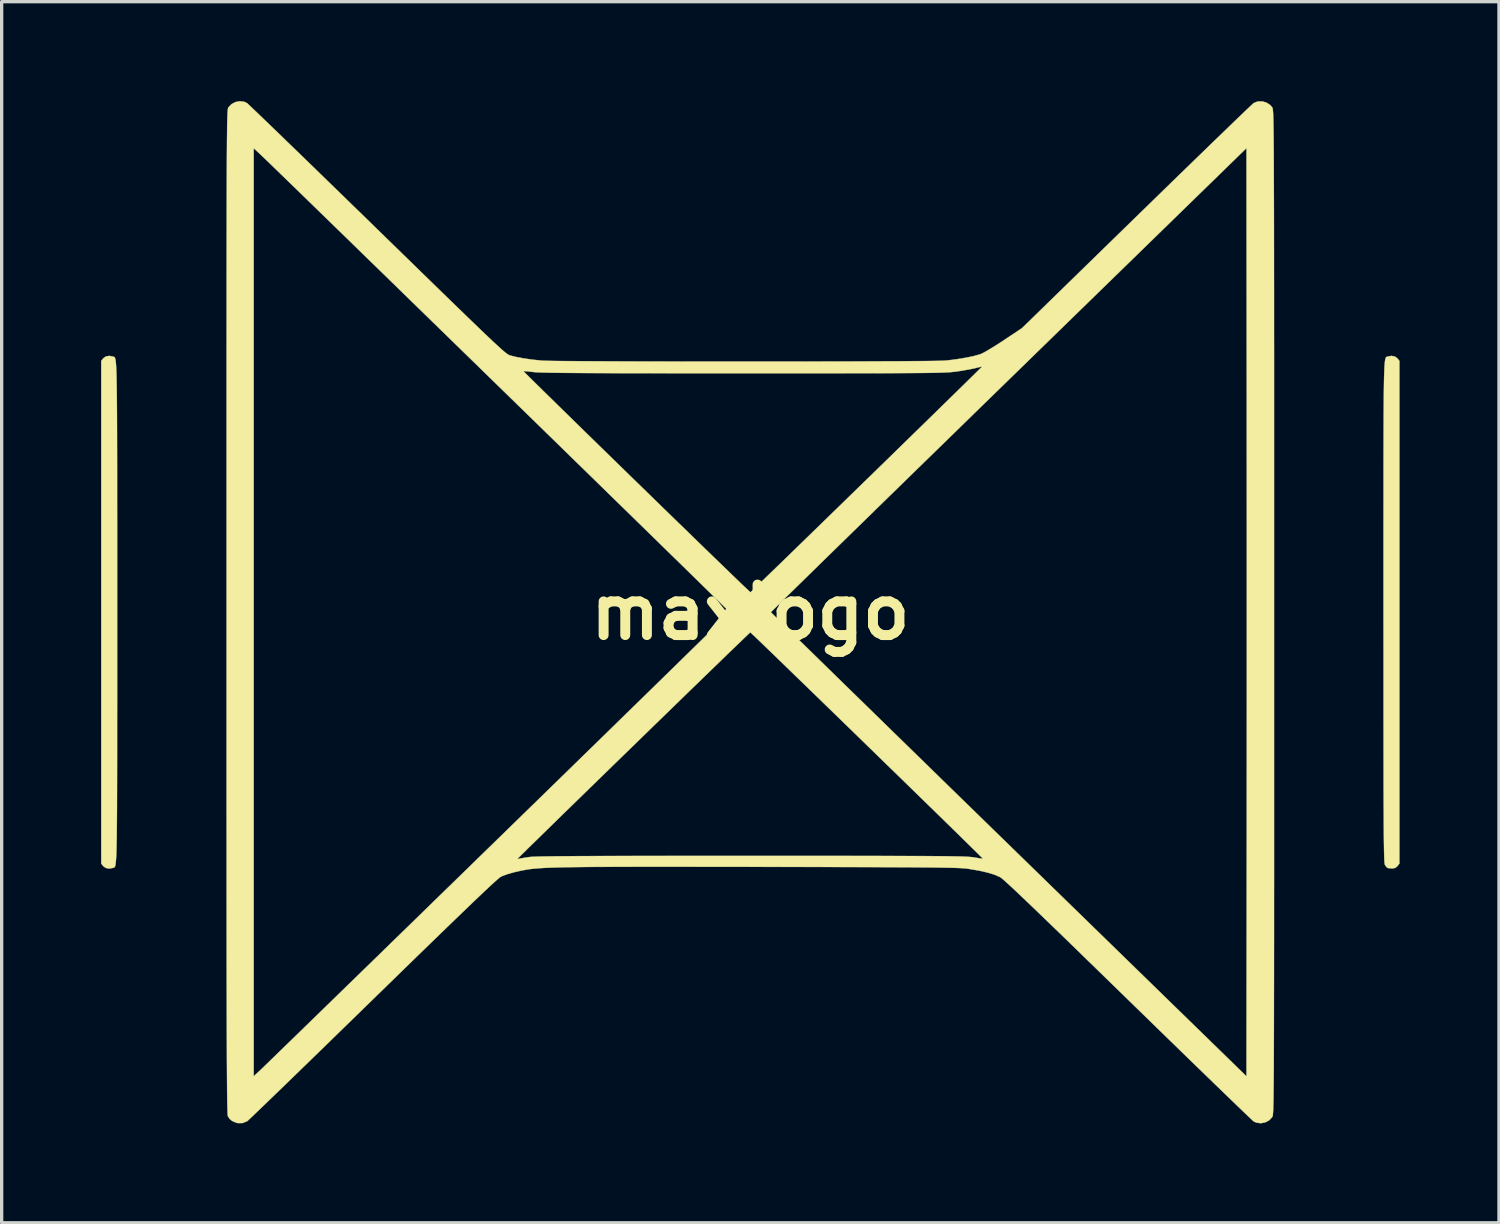
<source format=kicad_pcb>
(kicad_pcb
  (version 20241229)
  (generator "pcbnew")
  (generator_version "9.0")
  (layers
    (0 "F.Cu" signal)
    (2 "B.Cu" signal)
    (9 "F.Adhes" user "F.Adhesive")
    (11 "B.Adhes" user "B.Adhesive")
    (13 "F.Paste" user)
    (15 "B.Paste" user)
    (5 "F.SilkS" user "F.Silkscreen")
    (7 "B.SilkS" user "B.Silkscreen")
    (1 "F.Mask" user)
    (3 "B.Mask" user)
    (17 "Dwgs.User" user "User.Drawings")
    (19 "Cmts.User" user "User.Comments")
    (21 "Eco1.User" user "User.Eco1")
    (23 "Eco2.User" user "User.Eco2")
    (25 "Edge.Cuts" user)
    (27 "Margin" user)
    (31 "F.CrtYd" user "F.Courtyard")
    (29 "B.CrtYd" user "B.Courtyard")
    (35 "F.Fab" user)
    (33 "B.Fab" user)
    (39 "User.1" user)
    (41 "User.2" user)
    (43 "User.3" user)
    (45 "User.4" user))
  (footprint "maxlogo"
    (layer "F.Cu")
    (at 19.591 15.424)
    (property "Reference" "maxlogo" (at 0 0 0) (layer "F.SilkS") (effects (font (size 1.524 1.524) (thickness 0.3))))
    (attr through_hole)
    (fp_poly (pts (xy -19.235 -7.715) (xy -19.222 -7.711) (xy -19.21 -7.708) (xy -19.198 -7.704) (xy -19.188 -7.697) (xy -19.178 -7.686) (xy -19.17 -7.667) (xy -19.162 -7.639) (xy -19.154 -7.601) (xy -19.147 -7.549) (xy -19.141 -7.483) (xy -19.136 -7.4) (xy -19.131 -7.298) (xy -19.127 -7.175) (xy -19.123 -7.03) (xy -19.12 -6.86) (xy -19.117 -6.663) (xy -19.115 -6.437) (xy -19.113 -6.181) (xy -19.111 -5.892) (xy -19.11 -5.568) (xy -19.109 -5.207) (xy -19.108 -4.808) (xy -19.107 -4.369) (xy -19.107 -3.887) (xy -19.107 -3.36) (xy -19.106 -2.786) (xy -19.106 -2.164) (xy -19.106 -1.492) (xy -19.106 -0.767) (xy -19.106 0) (xy -19.106 0.779) (xy -19.106 1.503) (xy -19.106 2.174) (xy -19.106 2.796) (xy -19.107 3.368) (xy -19.107 3.894) (xy -19.107 4.376) (xy -19.108 4.815) (xy -19.109 5.213) (xy -19.11 5.573) (xy -19.111 5.896) (xy -19.113 6.185) (xy -19.115 6.441) (xy -19.117 6.666) (xy -19.12 6.862) (xy -19.123 7.032) (xy -19.127 7.177) (xy -19.131 7.3) (xy -19.136 7.401) (xy -19.142 7.484) (xy -19.148 7.55) (xy -19.154 7.601) (xy -19.162 7.64) (xy -19.17 7.667) (xy -19.178 7.686) (xy -19.188 7.698) (xy -19.198 7.704) (xy -19.21 7.708) (xy -19.222 7.711) (xy -19.235 7.715) (xy -19.347 7.736) (xy -19.452 7.715) (xy -19.528 7.659) (xy -19.586 7.584) (xy -19.586 -7.584) (xy -19.528 -7.659) (xy -19.449 -7.716) (xy -19.344 -7.736) (xy -19.235 -7.715)) (stroke (width 0.01) (type solid)) (fill yes) (layer "F.SilkS"))
    (fp_poly (pts (xy 19.452 -7.715) (xy 19.528 -7.659) (xy 19.586 -7.584) (xy 19.586 7.584) (xy 19.528 7.659) (xy 19.467 7.713) (xy 19.389 7.731) (xy 19.365 7.731) (xy 19.287 7.725) (xy 19.23 7.716) (xy 19.226 7.714) (xy 19.188 7.68) (xy 19.149 7.62) (xy 19.148 7.619) (xy 19.144 7.605) (xy 19.14 7.581) (xy 19.136 7.545) (xy 19.133 7.493) (xy 19.13 7.425) (xy 19.127 7.339) (xy 19.124 7.232) (xy 19.122 7.102) (xy 19.119 6.949) (xy 19.117 6.768) (xy 19.116 6.56) (xy 19.114 6.322) (xy 19.113 6.051) (xy 19.111 5.746) (xy 19.11 5.406) (xy 19.109 5.027) (xy 19.109 4.609) (xy 19.108 4.148) (xy 19.108 3.644) (xy 19.107 3.094) (xy 19.107 2.496) (xy 19.107 1.849) (xy 19.107 1.15) (xy 19.106 0.398) (xy 19.106 0) (xy 19.106 -0.779) (xy 19.106 -1.503) (xy 19.106 -2.174) (xy 19.106 -2.796) (xy 19.107 -3.368) (xy 19.107 -3.894) (xy 19.107 -4.376) (xy 19.108 -4.815) (xy 19.109 -5.213) (xy 19.11 -5.573) (xy 19.111 -5.896) (xy 19.113 -6.185) (xy 19.115 -6.441) (xy 19.117 -6.666) (xy 19.12 -6.862) (xy 19.123 -7.032) (xy 19.127 -7.177) (xy 19.131 -7.3) (xy 19.136 -7.401) (xy 19.142 -7.484) (xy 19.148 -7.55) (xy 19.154 -7.601) (xy 19.162 -7.64) (xy 19.17 -7.667) (xy 19.178 -7.686) (xy 19.188 -7.698) (xy 19.198 -7.704) (xy 19.21 -7.708) (xy 19.222 -7.711) (xy 19.235 -7.715) (xy 19.347 -7.736) (xy 19.452 -7.715)) (stroke (width 0.01) (type solid)) (fill yes) (layer "F.SilkS"))
    (fp_poly (pts (xy -15.273 -15.403) (xy -15.191 -15.365) (xy -15.162 -15.34) (xy -15.096 -15.277) (xy -14.992 -15.179) (xy -14.855 -15.048) (xy -14.685 -14.884) (xy -14.485 -14.691) (xy -14.256 -14.471) (xy -14.002 -14.224) (xy -13.723 -13.954) (xy -13.421 -13.662) (xy -13.1 -13.35) (xy -12.76 -13.019) (xy -12.404 -12.673) (xy -12.034 -12.313) (xy -11.651 -11.941) (xy -11.259 -11.558) (xy -11.252 -11.551) (xy -10.788 -11.099) (xy -10.362 -10.684) (xy -9.974 -10.305) (xy -9.62 -9.961) (xy -9.3 -9.649) (xy -9.011 -9.368) (xy -8.752 -9.117) (xy -8.522 -8.894) (xy -8.317 -8.697) (xy -8.138 -8.524) (xy -7.981 -8.374) (xy -7.845 -8.246) (xy -7.729 -8.136) (xy -7.63 -8.045) (xy -7.547 -7.969) (xy -7.478 -7.908) (xy -7.422 -7.86) (xy -7.376 -7.823) (xy -7.339 -7.796) (xy -7.309 -7.776) (xy -7.285 -7.762) (xy -7.264 -7.753) (xy -7.248 -7.748) (xy -7.064 -7.702) (xy -6.837 -7.659) (xy -6.579 -7.622) (xy -6.302 -7.593) (xy -6.294 -7.592) (xy -6.227 -7.589) (xy -6.108 -7.586) (xy -5.938 -7.583) (xy -5.723 -7.58) (xy -5.464 -7.578) (xy -5.165 -7.576) (xy -4.83 -7.574) (xy -4.461 -7.572) (xy -4.063 -7.57) (xy -3.638 -7.568) (xy -3.19 -7.567) (xy -2.722 -7.566) (xy -2.238 -7.565) (xy -1.74 -7.564) (xy -1.233 -7.564) (xy -0.718 -7.564) (xy -0.201 -7.564) (xy 0.316 -7.564) (xy 0.83 -7.564) (xy 1.337 -7.564) (xy 1.835 -7.565) (xy 2.319 -7.566) (xy 2.786 -7.567) (xy 3.233 -7.568) (xy 3.657 -7.57) (xy 4.054 -7.572) (xy 4.421 -7.573) (xy 4.755 -7.576) (xy 5.052 -7.578) (xy 5.309 -7.58) (xy 5.523 -7.583) (xy 5.69 -7.586) (xy 5.808 -7.589) (xy 5.87 -7.592) (xy 6.096 -7.616) (xy 6.325 -7.649) (xy 6.545 -7.688) (xy 6.742 -7.73) (xy 6.903 -7.774) (xy 6.961 -7.793) (xy 7.029 -7.826) (xy 7.135 -7.885) (xy 7.269 -7.965) (xy 7.423 -8.06) (xy 7.586 -8.165) (xy 7.657 -8.212) (xy 8.199 -8.573) (xy 11.653 -11.942) (xy 12.025 -12.304) (xy 12.386 -12.656) (xy 12.735 -12.996) (xy 13.07 -13.321) (xy 13.388 -13.63) (xy 13.688 -13.921) (xy 13.966 -14.191) (xy 14.222 -14.438) (xy 14.453 -14.661) (xy 14.656 -14.857) (xy 14.83 -15.024) (xy 14.972 -15.16) (xy 15.081 -15.263) (xy 15.154 -15.332) (xy 15.189 -15.363) (xy 15.191 -15.365) (xy 15.312 -15.412) (xy 15.446 -15.415) (xy 15.578 -15.377) (xy 15.69 -15.303) (xy 15.749 -15.232) (xy 15.753 -15.224) (xy 15.757 -15.216) (xy 15.761 -15.203) (xy 15.764 -15.187) (xy 15.767 -15.164) (xy 15.77 -15.134) (xy 15.773 -15.095) (xy 15.776 -15.046) (xy 15.779 -14.986) (xy 15.781 -14.912) (xy 15.783 -14.824) (xy 15.785 -14.719) (xy 15.787 -14.598) (xy 15.789 -14.458) (xy 15.791 -14.298) (xy 15.792 -14.116) (xy 15.794 -13.911) (xy 15.795 -13.682) (xy 15.796 -13.427) (xy 15.797 -13.144) (xy 15.798 -12.833) (xy 15.799 -12.493) (xy 15.8 -12.12) (xy 15.801 -11.715) (xy 15.801 -11.275) (xy 15.802 -10.8) (xy 15.802 -10.288) (xy 15.803 -9.737) (xy 15.803 -9.146) (xy 15.803 -8.514) (xy 15.804 -7.839) (xy 15.804 -7.12) (xy 15.804 -6.355) (xy 15.804 -5.543) (xy 15.804 -4.683) (xy 15.804 -3.773) (xy 15.804 -2.811) (xy 15.804 -1.797) (xy 15.804 -0.729) (xy 15.804 0) (xy 15.804 1.104) (xy 15.804 2.154) (xy 15.804 3.149) (xy 15.804 4.093) (xy 15.804 4.986) (xy 15.804 5.829) (xy 15.804 6.624) (xy 15.804 7.373) (xy 15.804 8.077) (xy 15.803 8.737) (xy 15.803 9.355) (xy 15.803 9.932) (xy 15.802 10.469) (xy 15.802 10.969) (xy 15.801 11.431) (xy 15.8 11.859) (xy 15.8 12.253) (xy 15.799 12.614) (xy 15.798 12.944) (xy 15.797 13.245) (xy 15.796 13.518) (xy 15.795 13.764) (xy 15.793 13.984) (xy 15.792 14.181) (xy 15.79 14.355) (xy 15.788 14.508) (xy 15.787 14.642) (xy 15.785 14.757) (xy 15.782 14.856) (xy 15.78 14.939) (xy 15.778 15.008) (xy 15.775 15.065) (xy 15.772 15.11) (xy 15.769 15.146) (xy 15.766 15.173) (xy 15.763 15.193) (xy 15.759 15.208) (xy 15.756 15.219) (xy 15.752 15.227) (xy 15.749 15.232) (xy 15.66 15.329) (xy 15.54 15.393) (xy 15.406 15.419) (xy 15.274 15.403) (xy 15.191 15.365) (xy 15.162 15.34) (xy 15.095 15.277) (xy 14.992 15.179) (xy 14.855 15.048) (xy 14.685 14.885) (xy 14.486 14.692) (xy 14.258 14.472) (xy 14.004 14.227) (xy 13.727 13.958) (xy 13.427 13.667) (xy 13.108 13.357) (xy 12.771 13.029) (xy 12.418 12.686) (xy 12.052 12.329) (xy 11.674 11.961) (xy 11.404 11.698) (xy 10.916 11.222) (xy 10.466 10.784) (xy 10.054 10.383) (xy 9.679 10.018) (xy 9.339 9.688) (xy 9.032 9.392) (xy 8.758 9.127) (xy 8.515 8.894) (xy 8.303 8.691) (xy 8.119 8.516) (xy 7.963 8.368) (xy 7.832 8.247) (xy 7.727 8.151) (xy 7.646 8.078) (xy 7.586 8.028) (xy 7.548 7.999) (xy 7.541 7.995) (xy 7.378 7.922) (xy 7.16 7.855) (xy 6.887 7.794) (xy 6.564 7.74) (xy 6.523 7.735) (xy 6.474 7.73) (xy 6.415 7.725) (xy 6.345 7.721) (xy 6.259 7.717) (xy 6.157 7.714) (xy 6.035 7.71) (xy 5.892 7.708) (xy 5.724 7.705) (xy 5.531 7.702) (xy 5.308 7.7) (xy 5.055 7.698) (xy 4.768 7.696) (xy 4.446 7.695) (xy 4.086 7.693) (xy 3.685 7.691) (xy 3.241 7.69) (xy 2.753 7.689) (xy 2.217 7.687) (xy 1.631 7.686) (xy 0.994 7.685) (xy 0.395 7.684) (xy -0.333 7.682) (xy -1.008 7.681) (xy -1.631 7.681) (xy -2.204 7.68) (xy -2.729 7.68) (xy -3.21 7.68) (xy -3.649 7.681) (xy -4.046 7.682) (xy -4.406 7.684) (xy -4.73 7.685) (xy -5.021 7.688) (xy -5.281 7.691) (xy -5.511 7.694) (xy -5.715 7.698) (xy -5.895 7.703) (xy -6.053 7.708) (xy -6.191 7.714) (xy -6.312 7.721) (xy -6.418 7.728) (xy -6.511 7.736) (xy -6.594 7.745) (xy -6.668 7.754) (xy -6.717 7.761) (xy -6.931 7.8) (xy -7.137 7.848) (xy -7.322 7.901) (xy -7.471 7.955) (xy -7.528 7.982) (xy -7.557 8.001) (xy -7.606 8.041) (xy -7.676 8.102) (xy -7.769 8.186) (xy -7.885 8.293) (xy -8.026 8.425) (xy -8.193 8.584) (xy -8.388 8.77) (xy -8.612 8.985) (xy -8.866 9.23) (xy -9.152 9.506) (xy -9.47 9.814) (xy -9.823 10.157) (xy -10.211 10.534) (xy -10.636 10.948) (xy -11.099 11.4) (xy -11.391 11.684) (xy -11.776 12.06) (xy -12.151 12.425) (xy -12.514 12.779) (xy -12.862 13.118) (xy -13.195 13.441) (xy -13.508 13.746) (xy -13.801 14.03) (xy -14.072 14.293) (xy -14.318 14.531) (xy -14.538 14.743) (xy -14.729 14.927) (xy -14.889 15.081) (xy -15.016 15.203) (xy -15.109 15.291) (xy -15.165 15.343) (xy -15.181 15.357) (xy -15.319 15.414) (xy -15.463 15.416) (xy -15.53 15.398) (xy -15.64 15.348) (xy -15.713 15.287) (xy -15.764 15.208) (xy -15.767 15.197) (xy -15.77 15.174) (xy -15.773 15.139) (xy -15.775 15.089) (xy -15.777 15.023) (xy -15.78 14.941) (xy -15.782 14.84) (xy -15.784 14.72) (xy -15.786 14.579) (xy -15.788 14.415) (xy -15.789 14.228) (xy -15.791 14.015) (xy -15.791 14.003) (xy -14.986 14.003) (xy -14.778 13.81) (xy -14.742 13.776) (xy -14.668 13.704) (xy -14.556 13.595) (xy -14.407 13.451) (xy -14.225 13.274) (xy -14.01 13.065) (xy -13.763 12.825) (xy -13.487 12.557) (xy -13.182 12.26) (xy -12.851 11.938) (xy -12.494 11.59) (xy -12.114 11.22) (xy -11.711 10.828) (xy -11.287 10.416) (xy -10.845 9.984) (xy -10.384 9.536) (xy -9.908 9.072) (xy -9.417 8.593) (xy -8.912 8.102) (xy -8.396 7.599) (xy -8.237 7.443) (xy -7.027 7.443) (xy -7.005 7.446) (xy -6.978 7.44) (xy -6.929 7.429) (xy -6.84 7.414) (xy -6.726 7.396) (xy -6.675 7.388) (xy -6.635 7.384) (xy -6.576 7.38) (xy -6.495 7.377) (xy -6.39 7.373) (xy -6.261 7.37) (xy -6.103 7.368) (xy -5.916 7.365) (xy -5.698 7.363) (xy -5.447 7.361) (xy -5.16 7.359) (xy -4.836 7.358) (xy -4.474 7.356) (xy -4.07 7.355) (xy -3.623 7.354) (xy -3.131 7.353) (xy -2.592 7.353) (xy -2.005 7.352) (xy -1.367 7.352) (xy -0.676 7.352) (xy 0.028 7.352) (xy 0.745 7.352) (xy 1.408 7.352) (xy 2.018 7.352) (xy 2.579 7.352) (xy 3.092 7.353) (xy 3.56 7.353) (xy 3.985 7.354) (xy 4.368 7.355) (xy 4.714 7.356) (xy 5.022 7.357) (xy 5.297 7.358) (xy 5.539 7.36) (xy 5.752 7.361) (xy 5.937 7.363) (xy 6.096 7.366) (xy 6.233 7.368) (xy 6.349 7.371) (xy 6.445 7.374) (xy 6.526 7.378) (xy 6.592 7.382) (xy 6.646 7.386) (xy 6.69 7.39) (xy 6.727 7.395) (xy 6.745 7.398) (xy 6.86 7.417) (xy 6.952 7.431) (xy 7.009 7.438) (xy 7.02 7.438) (xy 7.001 7.418) (xy 6.945 7.361) (xy 6.852 7.269) (xy 6.727 7.146) (xy 6.571 6.993) (xy 6.388 6.813) (xy 6.179 6.608) (xy 5.946 6.381) (xy 5.694 6.134) (xy 5.423 5.87) (xy 5.137 5.591) (xy 4.838 5.3) (xy 4.529 4.998) (xy 4.211 4.689) (xy 3.889 4.375) (xy 3.563 4.058) (xy 3.237 3.74) (xy 2.913 3.425) (xy 2.594 3.115) (xy 2.281 2.811) (xy 1.979 2.517) (xy 1.688 2.235) (xy 1.412 1.968) (xy 1.154 1.717) (xy 0.915 1.485) (xy 0.698 1.275) (xy 0.505 1.09) (xy 0.34 0.93) (xy 0.205 0.8) (xy 0.102 0.701) (xy 0.033 0.637) (xy 0.002 0.608) (xy 0 0.607) (xy -0.022 0.626) (xy -0.081 0.682) (xy -0.176 0.773) (xy -0.304 0.896) (xy -0.463 1.049) (xy -0.649 1.228) (xy -0.86 1.433) (xy -1.094 1.66) (xy -1.349 1.906) (xy -1.621 2.17) (xy -1.909 2.449) (xy -2.209 2.741) (xy -2.519 3.043) (xy -2.838 3.352) (xy -3.161 3.667) (xy -3.487 3.984) (xy -3.814 4.302) (xy -4.138 4.617) (xy -4.457 4.928) (xy -4.769 5.232) (xy -5.071 5.526) (xy -5.361 5.809) (xy -5.636 6.077) (xy -5.894 6.329) (xy -6.131 6.561) (xy -6.346 6.771) (xy -6.537 6.958) (xy -6.7 7.117) (xy -6.832 7.248) (xy -6.933 7.348) (xy -6.998 7.413) (xy -7.026 7.442) (xy -7.027 7.443) (xy -8.237 7.443) (xy -7.87 7.086) (xy -7.596 6.819) (xy -7.067 6.303) (xy -6.549 5.798) (xy -6.043 5.305) (xy -5.55 4.824) (xy -5.072 4.357) (xy -4.61 3.907) (xy -4.166 3.473) (xy -3.742 3.058) (xy -3.337 2.664) (xy -2.955 2.29) (xy -2.597 1.94) (xy -2.263 1.614) (xy -1.956 1.313) (xy -1.677 1.04) (xy -1.427 0.795) (xy -1.208 0.581) (xy -1.022 0.398) (xy -0.869 0.247) (xy -0.751 0.131) (xy -0.671 0.051) (xy -0.628 0.008) (xy -0.621 0.000033) (xy -0.621 -0.000065) (xy 0.621 -0.000065) (xy 0.641 0.021) (xy 0.7 0.08) (xy 0.796 0.175) (xy 0.929 0.306) (xy 1.096 0.471) (xy 1.297 0.667) (xy 1.529 0.895) (xy 1.792 1.152) (xy 2.084 1.438) (xy 2.403 1.75) (xy 2.749 2.088) (xy 3.119 2.449) (xy 3.512 2.833) (xy 3.927 3.238) (xy 4.362 3.663) (xy 4.816 4.106) (xy 5.288 4.566) (xy 5.775 5.042) (xy 6.277 5.532) (xy 6.793 6.034) (xy 7.319 6.548) (xy 7.796 7.012) (xy 14.972 14.005) (xy 14.979 7.002) (xy 14.98 6.26) (xy 14.98 5.467) (xy 14.981 4.632) (xy 14.981 3.762) (xy 14.982 2.863) (xy 14.982 1.943) (xy 14.982 1.009) (xy 14.982 0.066) (xy 14.982 -0.876) (xy 14.982 -1.812) (xy 14.982 -2.735) (xy 14.981 -3.637) (xy 14.981 -4.512) (xy 14.98 -5.352) (xy 14.98 -6.151) (xy 14.979 -6.901) (xy 14.979 -7.002) (xy 14.972 -14.005) (xy 7.796 -7.012) (xy 7.26 -6.49) (xy 6.734 -5.977) (xy 6.221 -5.476) (xy 5.72 -4.988) (xy 5.234 -4.514) (xy 4.764 -4.056) (xy 4.312 -3.615) (xy 3.879 -3.192) (xy 3.467 -2.789) (xy 3.076 -2.408) (xy 2.709 -2.049) (xy 2.366 -1.714) (xy 2.05 -1.405) (xy 1.761 -1.122) (xy 1.502 -0.868) (xy 1.273 -0.644) (xy 1.076 -0.451) (xy 0.913 -0.29) (xy 0.784 -0.163) (xy 0.691 -0.072) (xy 0.637 -0.017) (xy 0.621 -0.000065) (xy -0.621 -0.000065) (xy -0.641 -0.021) (xy -0.699 -0.079) (xy -0.795 -0.173) (xy -0.926 -0.302) (xy -1.09 -0.463) (xy -1.285 -0.655) (xy -1.511 -0.876) (xy -1.764 -1.124) (xy -2.044 -1.398) (xy -2.349 -1.695) (xy -2.676 -2.015) (xy -3.024 -2.356) (xy -3.392 -2.715) (xy -3.777 -3.091) (xy -4.178 -3.482) (xy -4.592 -3.887) (xy -5.019 -4.304) (xy -5.457 -4.731) (xy -5.903 -5.167) (xy -6.356 -5.609) (xy -6.814 -6.056) (xy -7.276 -6.506) (xy -7.739 -6.958) (xy -8.064 -7.275) (xy -6.845 -7.275) (xy -6.827 -7.254) (xy -6.771 -7.197) (xy -6.679 -7.105) (xy -6.554 -6.981) (xy -6.399 -6.828) (xy -6.216 -6.648) (xy -6.007 -6.444) (xy -5.776 -6.217) (xy -5.525 -5.971) (xy -5.256 -5.708) (xy -4.972 -5.43) (xy -4.675 -5.14) (xy -4.369 -4.841) (xy -4.054 -4.534) (xy -3.735 -4.223) (xy -3.413 -3.909) (xy -3.091 -3.596) (xy -2.772 -3.285) (xy -2.458 -2.979) (xy -2.151 -2.681) (xy -1.855 -2.394) (xy -1.572 -2.118) (xy -1.304 -1.858) (xy -1.053 -1.615) (xy -0.823 -1.393) (xy -0.616 -1.193) (xy -0.434 -1.017) (xy -0.281 -0.869) (xy -0.157 -0.751) (xy -0.067 -0.666) (xy -0.012 -0.615) (xy 0.004 -0.601) (xy 0.026 -0.621) (xy 0.086 -0.678) (xy 0.183 -0.771) (xy 0.313 -0.897) (xy 0.476 -1.055) (xy 0.669 -1.242) (xy 0.89 -1.456) (xy 1.136 -1.695) (xy 1.407 -1.958) (xy 1.699 -2.242) (xy 2.011 -2.545) (xy 2.34 -2.866) (xy 2.686 -3.202) (xy 3.044 -3.551) (xy 3.414 -3.911) (xy 3.511 -4.005) (xy 3.883 -4.368) (xy 4.244 -4.72) (xy 4.592 -5.06) (xy 4.924 -5.384) (xy 5.24 -5.692) (xy 5.536 -5.981) (xy 5.81 -6.25) (xy 6.062 -6.495) (xy 6.287 -6.716) (xy 6.485 -6.91) (xy 6.654 -7.076) (xy 6.791 -7.21) (xy 6.894 -7.312) (xy 6.961 -7.379) (xy 6.991 -7.409) (xy 6.992 -7.41) (xy 6.963 -7.407) (xy 6.894 -7.392) (xy 6.799 -7.369) (xy 6.783 -7.365) (xy 6.675 -7.341) (xy 6.53 -7.314) (xy 6.367 -7.286) (xy 6.205 -7.262) (xy 6.205 -7.262) (xy 6.16 -7.256) (xy 6.112 -7.251) (xy 6.059 -7.246) (xy 5.999 -7.241) (xy 5.929 -7.237) (xy 5.847 -7.234) (xy 5.751 -7.23) (xy 5.637 -7.227) (xy 5.505 -7.224) (xy 5.351 -7.222) (xy 5.174 -7.22) (xy 4.97 -7.218) (xy 4.737 -7.217) (xy 4.474 -7.215) (xy 4.177 -7.214) (xy 3.844 -7.213) (xy 3.474 -7.212) (xy 3.063 -7.212) (xy 2.609 -7.211) (xy 2.11 -7.211) (xy 1.563 -7.211) (xy 0.966 -7.211) (xy 0.318 -7.211) (xy -0.212 -7.211) (xy -0.928 -7.211) (xy -1.591 -7.211) (xy -2.2 -7.211) (xy -2.76 -7.212) (xy -3.272 -7.213) (xy -3.737 -7.213) (xy -4.158 -7.214) (xy -4.537 -7.216) (xy -4.877 -7.217) (xy -5.178 -7.219) (xy -5.444 -7.221) (xy -5.675 -7.223) (xy -5.875 -7.225) (xy -6.046 -7.228) (xy -6.188 -7.231) (xy -6.306 -7.234) (xy -6.399 -7.238) (xy -6.472 -7.242) (xy -6.524 -7.246) (xy -6.543 -7.248) (xy -6.665 -7.262) (xy -6.764 -7.272) (xy -6.828 -7.276) (xy -6.845 -7.275) (xy -8.064 -7.275) (xy -8.202 -7.41) (xy -8.663 -7.859) (xy -9.121 -8.306) (xy -9.573 -8.746) (xy -10.018 -9.18) (xy -10.454 -9.605) (xy -10.879 -10.02) (xy -11.292 -10.422) (xy -11.691 -10.81) (xy -12.073 -11.183) (xy -12.438 -11.538) (xy -12.783 -11.874) (xy -13.107 -12.189) (xy -13.408 -12.482) (xy -13.684 -12.751) (xy -13.934 -12.993) (xy -14.155 -13.208) (xy -14.346 -13.393) (xy -14.505 -13.547) (xy -14.631 -13.669) (xy -14.721 -13.755) (xy -14.774 -13.806) (xy -14.778 -13.81) (xy -14.986 -14.003) (xy -14.986 14.003) (xy -15.791 14.003) (xy -15.792 13.777) (xy -15.794 13.51) (xy -15.795 13.214) (xy -15.796 12.888) (xy -15.797 12.531) (xy -15.798 12.14) (xy -15.799 11.714) (xy -15.8 11.253) (xy -15.801 10.755) (xy -15.801 10.218) (xy -15.802 9.641) (xy -15.802 9.022) (xy -15.803 8.362) (xy -15.803 7.657) (xy -15.803 6.907) (xy -15.804 6.11) (xy -15.804 5.265) (xy -15.804 4.371) (xy -15.804 3.427) (xy -15.804 2.43) (xy -15.804 1.38) (xy -15.804 0.275) (xy -15.804 -0.006) (xy -15.804 -1.11) (xy -15.804 -2.159) (xy -15.804 -3.154) (xy -15.804 -4.098) (xy -15.804 -4.99) (xy -15.804 -5.833) (xy -15.804 -6.629) (xy -15.804 -7.377) (xy -15.804 -8.081) (xy -15.803 -8.741) (xy -15.803 -9.358) (xy -15.803 -9.935) (xy -15.802 -10.472) (xy -15.802 -10.971) (xy -15.801 -11.434) (xy -15.8 -11.861) (xy -15.8 -12.255) (xy -15.799 -12.616) (xy -15.798 -12.946) (xy -15.797 -13.247) (xy -15.796 -13.519) (xy -15.795 -13.765) (xy -15.793 -13.986) (xy -15.792 -14.182) (xy -15.79 -14.356) (xy -15.788 -14.509) (xy -15.787 -14.643) (xy -15.785 -14.758) (xy -15.782 -14.856) (xy -15.78 -14.939) (xy -15.778 -15.008) (xy -15.775 -15.065) (xy -15.772 -15.11) (xy -15.769 -15.146) (xy -15.766 -15.173) (xy -15.763 -15.193) (xy -15.759 -15.208) (xy -15.756 -15.219) (xy -15.752 -15.227) (xy -15.749 -15.232) (xy -15.659 -15.329) (xy -15.54 -15.393) (xy -15.405 -15.419) (xy -15.273 -15.403)) (stroke (width 0.01) (type solid)) (fill yes) (layer "F.SilkS")))
  (gr_rect
    (start -3 -3)
    (end 42.182 33.847)
    (stroke (width 0.1) (type default))
    (fill no)
    (layer "Edge.Cuts")))
</source>
